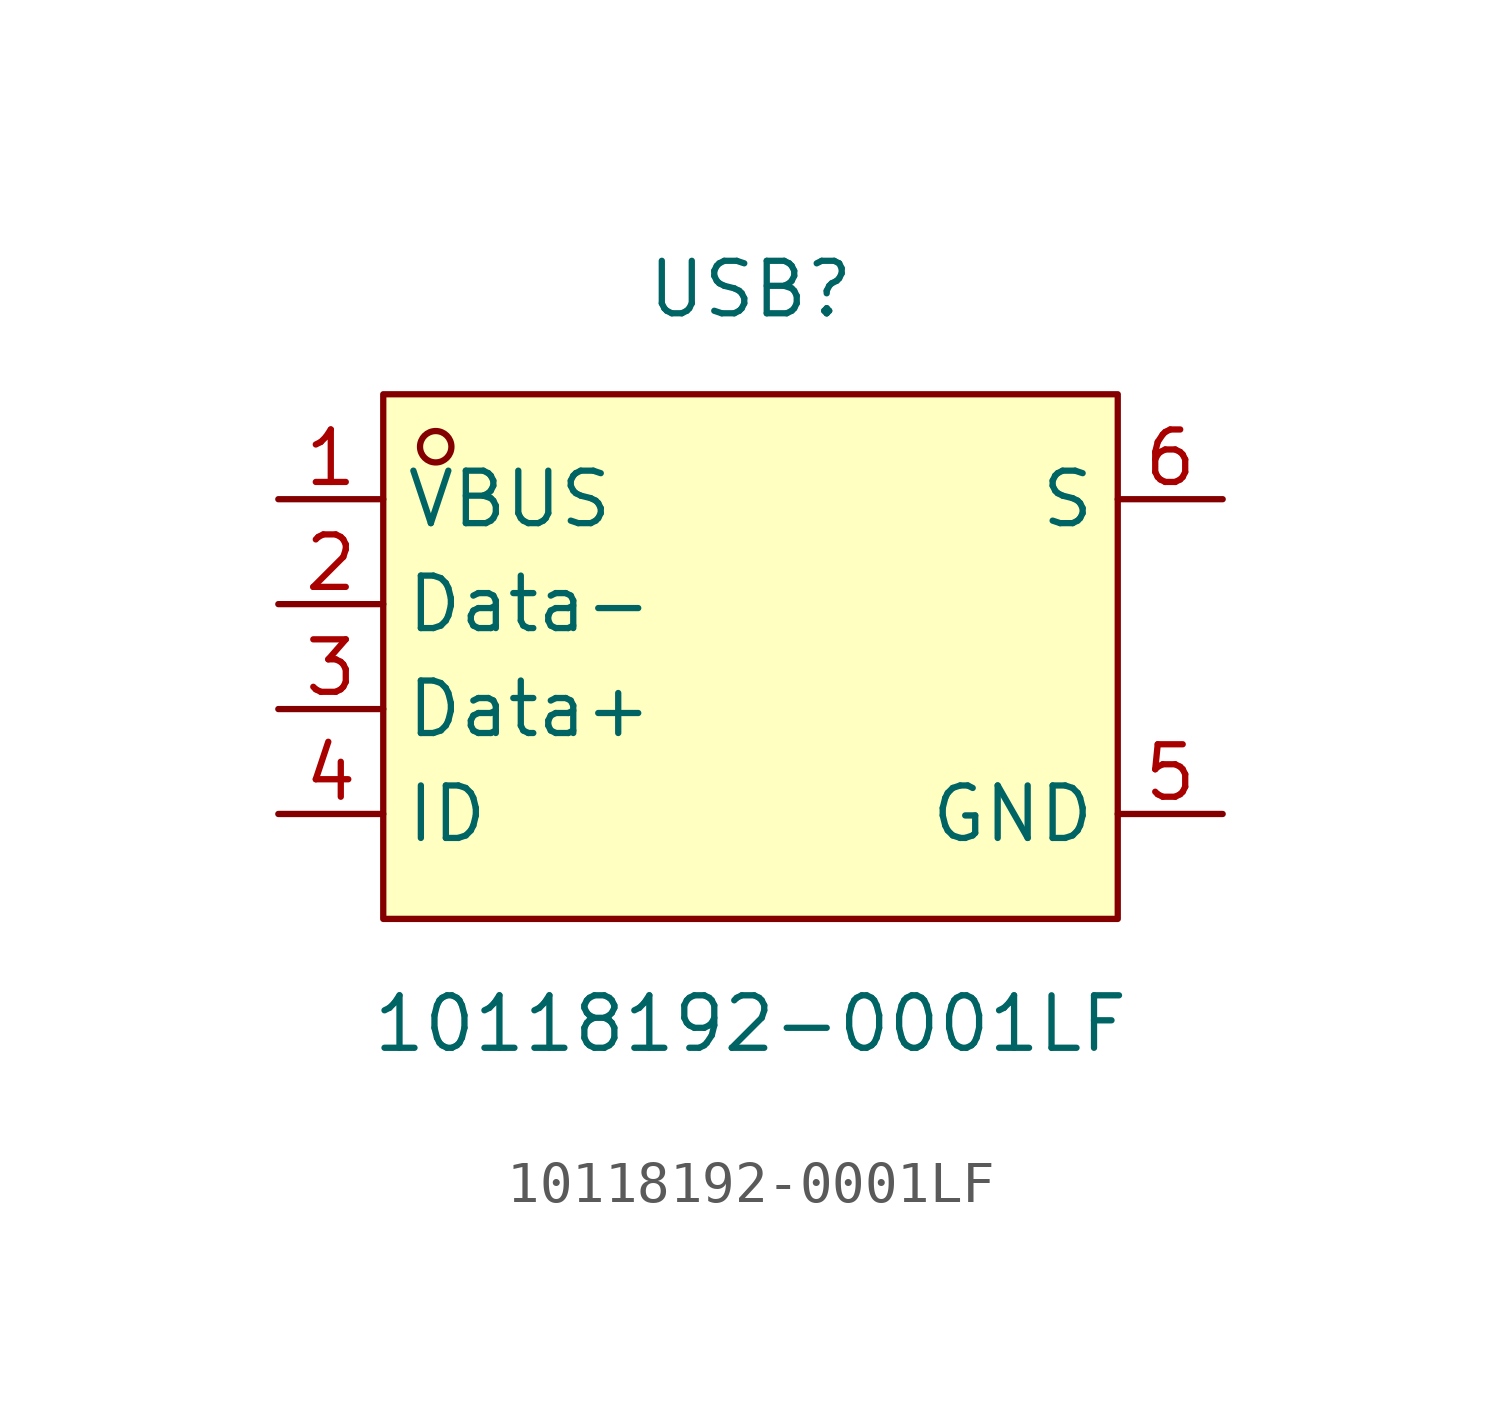
<source format=kicad_sym>
(kicad_symbol_lib
  (version 20211014)
  (generator https://github.com/uPesy/easyeda2kicad.py)
  (symbol "10118192-0001LF"
    (property "Reference" "USB"
      (at 0 8.89 0)
      (effects (font (size 1.27 1.27))))
    (property "Value" "10118192-0001LF"
      (at 0 -8.89 0)
      (effects (font (size 1.27 1.27))))
    (symbol "10118192-0001LF_0_1"
      (rectangle (start -8.89 6.35) (end 8.89 -6.35) (stroke (width 0) (type default) (color 0 0 0 0)) (fill (type background)))
      (circle (center -7.62 5.08) (radius 0.38) (stroke (width 0) (type default) (color 0 0 0 0)) (fill (type none)))
      (pin unspecified line (at 11.43 3.81 180) (length 2.54) (name "S" (effects (font (size 1.27 1.27)))) (number "6" (effects (font (size 1.27 1.27)))))
      (pin unspecified line (at 11.43 -3.81 180) (length 2.54) (name "GND" (effects (font (size 1.27 1.27)))) (number "5" (effects (font (size 1.27 1.27)))))
      (pin unspecified line (at -11.43 -3.81 0) (length 2.54) (name "ID" (effects (font (size 1.27 1.27)))) (number "4" (effects (font (size 1.27 1.27)))))
      (pin unspecified line (at -11.43 -1.27 0) (length 2.54) (name "Data+" (effects (font (size 1.27 1.27)))) (number "3" (effects (font (size 1.27 1.27)))))
      (pin unspecified line (at -11.43 1.27 0) (length 2.54) (name "Data-" (effects (font (size 1.27 1.27)))) (number "2" (effects (font (size 1.27 1.27)))))
      (pin unspecified line (at -11.43 3.81 0) (length 2.54) (name "VBUS" (effects (font (size 1.27 1.27)))) (number "1" (effects (font (size 1.27 1.27))))))))
</source>
